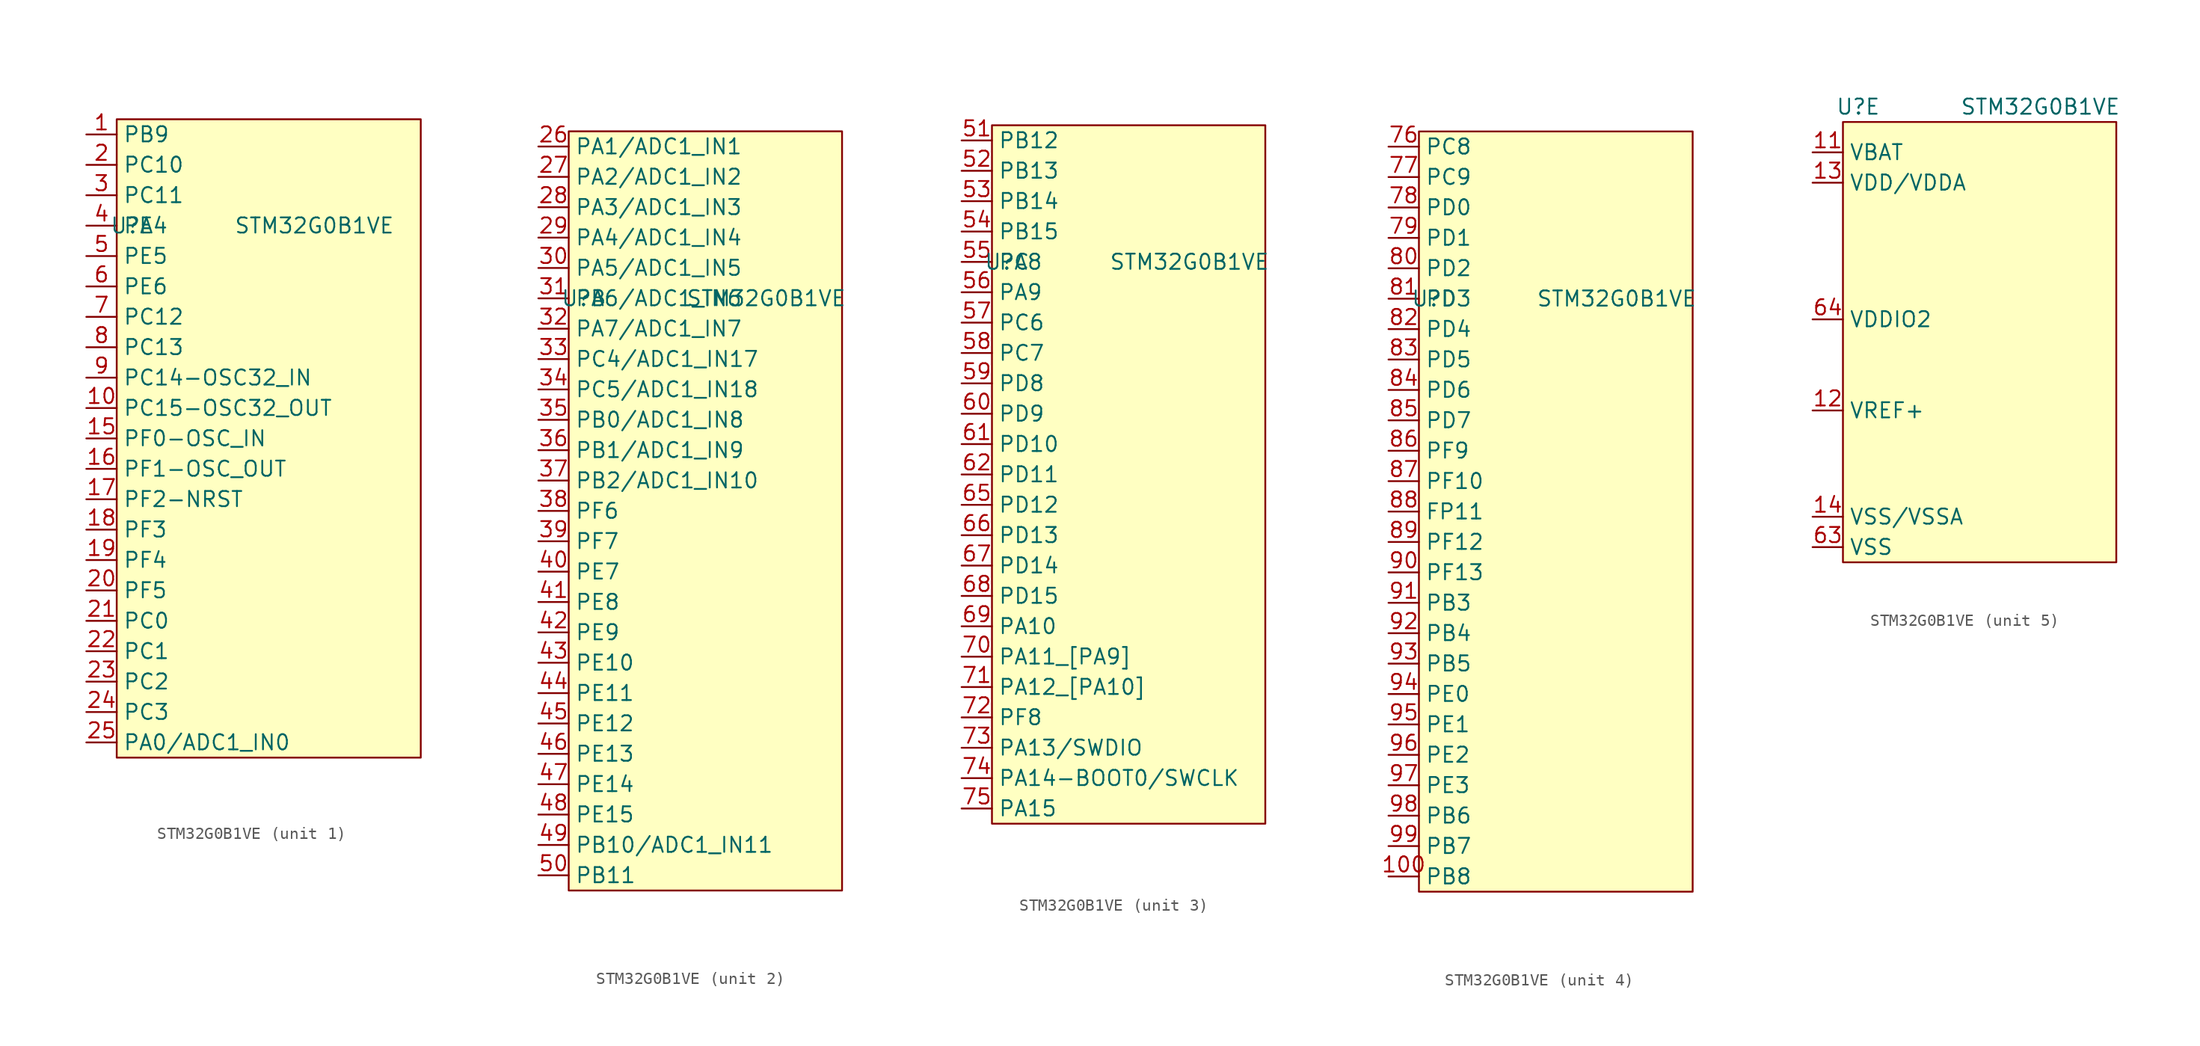
<source format=kicad_sym>
(kicad_symbol_lib
  (version 20231120)
  (generator "kicad_symbol_editor")
  (generator_version "8.0")
  (symbol "STM32G0B1VE"
    (property "Reference" "U"
      (at 1.27 17.78 0)
      (effects (font (size 1.27 1.27))))
    (property "Value" "STM32G0B1VE"
      (at 16.51 17.78 0)
      (effects (font (size 1.27 1.27))))
    (property "ki_locked" ""
      (at 0 0 0)
      (effects (font (size 1.27 1.27))))
    (symbol "STM32G0B1VE_1_0"
      (pin unspecified line (at -2.54 25.4 0) (length 2.54) (name "PB9" (effects (font (size 1.27 1.27)))) (number "1" (effects (font (size 1.27 1.27)))))
      (pin unspecified line (at -2.54 2.54 0) (length 2.54) (name "PC15-OSC32_OUT" (effects (font (size 1.27 1.27)))) (number "10" (effects (font (size 1.27 1.27)))))
      (pin unspecified line (at -2.54 0 0) (length 2.54) (name "PF0-OSC_IN" (effects (font (size 1.27 1.27)))) (number "15" (effects (font (size 1.27 1.27)))))
      (pin unspecified line (at -2.54 -2.54 0) (length 2.54) (name "PF1-OSC_OUT" (effects (font (size 1.27 1.27)))) (number "16" (effects (font (size 1.27 1.27)))))
      (pin unspecified line (at -2.54 -5.08 0) (length 2.54) (name "PF2-NRST" (effects (font (size 1.27 1.27)))) (number "17" (effects (font (size 1.27 1.27)))))
      (pin unspecified line (at -2.54 -7.62 0) (length 2.54) (name "PF3" (effects (font (size 1.27 1.27)))) (number "18" (effects (font (size 1.27 1.27)))))
      (pin unspecified line (at -2.54 -10.16 0) (length 2.54) (name "PF4" (effects (font (size 1.27 1.27)))) (number "19" (effects (font (size 1.27 1.27)))))
      (pin unspecified line (at -2.54 22.86 0) (length 2.54) (name "PC10" (effects (font (size 1.27 1.27)))) (number "2" (effects (font (size 1.27 1.27)))))
      (pin unspecified line (at -2.54 -12.7 0) (length 2.54) (name "PF5" (effects (font (size 1.27 1.27)))) (number "20" (effects (font (size 1.27 1.27)))))
      (pin unspecified line (at -2.54 -15.24 0) (length 2.54) (name "PC0" (effects (font (size 1.27 1.27)))) (number "21" (effects (font (size 1.27 1.27)))))
      (pin unspecified line (at -2.54 -17.78 0) (length 2.54) (name "PC1" (effects (font (size 1.27 1.27)))) (number "22" (effects (font (size 1.27 1.27)))))
      (pin unspecified line (at -2.54 -20.32 0) (length 2.54) (name "PC2" (effects (font (size 1.27 1.27)))) (number "23" (effects (font (size 1.27 1.27)))))
      (pin unspecified line (at -2.54 -22.86 0) (length 2.54) (name "PC3" (effects (font (size 1.27 1.27)))) (number "24" (effects (font (size 1.27 1.27)))))
      (pin unspecified line (at -2.54 -25.4 0) (length 2.54) (name "PA0/ADC1_IN0" (effects (font (size 1.27 1.27)))) (number "25" (effects (font (size 1.27 1.27)))))
      (pin unspecified line (at -2.54 20.32 0) (length 2.54) (name "PC11" (effects (font (size 1.27 1.27)))) (number "3" (effects (font (size 1.27 1.27)))))
      (pin unspecified line (at -2.54 17.78 0) (length 2.54) (name "PE4" (effects (font (size 1.27 1.27)))) (number "4" (effects (font (size 1.27 1.27)))))
      (pin unspecified line (at -2.54 15.24 0) (length 2.54) (name "PE5" (effects (font (size 1.27 1.27)))) (number "5" (effects (font (size 1.27 1.27)))))
      (pin unspecified line (at -2.54 12.7 0) (length 2.54) (name "PE6" (effects (font (size 1.27 1.27)))) (number "6" (effects (font (size 1.27 1.27)))))
      (pin unspecified line (at -2.54 10.16 0) (length 2.54) (name "PC12" (effects (font (size 1.27 1.27)))) (number "7" (effects (font (size 1.27 1.27)))))
      (pin unspecified line (at -2.54 7.62 0) (length 2.54) (name "PC13" (effects (font (size 1.27 1.27)))) (number "8" (effects (font (size 1.27 1.27)))))
      (pin unspecified line (at -2.54 5.08 0) (length 2.54) (name "PC14-OSC32_IN" (effects (font (size 1.27 1.27)))) (number "9" (effects (font (size 1.27 1.27))))))
    (symbol "STM32G0B1VE_1_1"
      (rectangle (start 0 26.67) (end 25.4 -26.67) (stroke (width 0) (type default)) (fill (type background))))
    (symbol "STM32G0B1VE_2_0"
      (pin unspecified line (at -2.54 30.48 0) (length 2.54) (name "PA1/ADC1_IN1" (effects (font (size 1.27 1.27)))) (number "26" (effects (font (size 1.27 1.27)))))
      (pin unspecified line (at -2.54 27.94 0) (length 2.54) (name "PA2/ADC1_IN2" (effects (font (size 1.27 1.27)))) (number "27" (effects (font (size 1.27 1.27)))))
      (pin unspecified line (at -2.54 25.4 0) (length 2.54) (name "PA3/ADC1_IN3" (effects (font (size 1.27 1.27)))) (number "28" (effects (font (size 1.27 1.27)))))
      (pin unspecified line (at -2.54 22.86 0) (length 2.54) (name "PA4/ADC1_IN4" (effects (font (size 1.27 1.27)))) (number "29" (effects (font (size 1.27 1.27)))))
      (pin unspecified line (at -2.54 20.32 0) (length 2.54) (name "PA5/ADC1_IN5" (effects (font (size 1.27 1.27)))) (number "30" (effects (font (size 1.27 1.27)))))
      (pin unspecified line (at -2.54 17.78 0) (length 2.54) (name "PA6/ADC1_IN6" (effects (font (size 1.27 1.27)))) (number "31" (effects (font (size 1.27 1.27)))))
      (pin unspecified line (at -2.54 15.24 0) (length 2.54) (name "PA7/ADC1_IN7" (effects (font (size 1.27 1.27)))) (number "32" (effects (font (size 1.27 1.27)))))
      (pin unspecified line (at -2.54 12.7 0) (length 2.54) (name "PC4/ADC1_IN17" (effects (font (size 1.27 1.27)))) (number "33" (effects (font (size 1.27 1.27)))))
      (pin unspecified line (at -2.54 10.16 0) (length 2.54) (name "PC5/ADC1_IN18" (effects (font (size 1.27 1.27)))) (number "34" (effects (font (size 1.27 1.27)))))
      (pin unspecified line (at -2.54 7.62 0) (length 2.54) (name "PB0/ADC1_IN8" (effects (font (size 1.27 1.27)))) (number "35" (effects (font (size 1.27 1.27)))))
      (pin unspecified line (at -2.54 5.08 0) (length 2.54) (name "PB1/ADC1_IN9" (effects (font (size 1.27 1.27)))) (number "36" (effects (font (size 1.27 1.27)))))
      (pin unspecified line (at -2.54 2.54 0) (length 2.54) (name "PB2/ADC1_IN10" (effects (font (size 1.27 1.27)))) (number "37" (effects (font (size 1.27 1.27)))))
      (pin unspecified line (at -2.54 0 0) (length 2.54) (name "PF6" (effects (font (size 1.27 1.27)))) (number "38" (effects (font (size 1.27 1.27)))))
      (pin unspecified line (at -2.54 -2.54 0) (length 2.54) (name "PF7" (effects (font (size 1.27 1.27)))) (number "39" (effects (font (size 1.27 1.27)))))
      (pin unspecified line (at -2.54 -5.08 0) (length 2.54) (name "PE7" (effects (font (size 1.27 1.27)))) (number "40" (effects (font (size 1.27 1.27)))))
      (pin unspecified line (at -2.54 -7.62 0) (length 2.54) (name "PE8" (effects (font (size 1.27 1.27)))) (number "41" (effects (font (size 1.27 1.27)))))
      (pin unspecified line (at -2.54 -10.16 0) (length 2.54) (name "PE9" (effects (font (size 1.27 1.27)))) (number "42" (effects (font (size 1.27 1.27)))))
      (pin unspecified line (at -2.54 -12.7 0) (length 2.54) (name "PE10" (effects (font (size 1.27 1.27)))) (number "43" (effects (font (size 1.27 1.27)))))
      (pin unspecified line (at -2.54 -15.24 0) (length 2.54) (name "PE11" (effects (font (size 1.27 1.27)))) (number "44" (effects (font (size 1.27 1.27)))))
      (pin unspecified line (at -2.54 -17.78 0) (length 2.54) (name "PE12" (effects (font (size 1.27 1.27)))) (number "45" (effects (font (size 1.27 1.27)))))
      (pin unspecified line (at -2.54 -20.32 0) (length 2.54) (name "PE13" (effects (font (size 1.27 1.27)))) (number "46" (effects (font (size 1.27 1.27)))))
      (pin unspecified line (at -2.54 -22.86 0) (length 2.54) (name "PE14" (effects (font (size 1.27 1.27)))) (number "47" (effects (font (size 1.27 1.27)))))
      (pin unspecified line (at -2.54 -25.4 0) (length 2.54) (name "PE15" (effects (font (size 1.27 1.27)))) (number "48" (effects (font (size 1.27 1.27)))))
      (pin unspecified line (at -2.54 -27.94 0) (length 2.54) (name "PB10/ADC1_IN11" (effects (font (size 1.27 1.27)))) (number "49" (effects (font (size 1.27 1.27)))))
      (pin unspecified line (at -2.54 -30.48 0) (length 2.54) (name "PB11" (effects (font (size 1.27 1.27)))) (number "50" (effects (font (size 1.27 1.27))))))
    (symbol "STM32G0B1VE_2_1"
      (rectangle (start 0 31.75) (end 22.86 -31.75) (stroke (width 0) (type default)) (fill (type background))))
    (symbol "STM32G0B1VE_3_0"
      (pin unspecified line (at -2.54 27.94 0) (length 2.54) (name "PB12" (effects (font (size 1.27 1.27)))) (number "51" (effects (font (size 1.27 1.27)))))
      (pin unspecified line (at -2.54 25.4 0) (length 2.54) (name "PB13" (effects (font (size 1.27 1.27)))) (number "52" (effects (font (size 1.27 1.27)))))
      (pin unspecified line (at -2.54 22.86 0) (length 2.54) (name "PB14" (effects (font (size 1.27 1.27)))) (number "53" (effects (font (size 1.27 1.27)))))
      (pin unspecified line (at -2.54 20.32 0) (length 2.54) (name "PB15" (effects (font (size 1.27 1.27)))) (number "54" (effects (font (size 1.27 1.27)))))
      (pin unspecified line (at -2.54 17.78 0) (length 2.54) (name "PA8" (effects (font (size 1.27 1.27)))) (number "55" (effects (font (size 1.27 1.27)))))
      (pin unspecified line (at -2.54 15.24 0) (length 2.54) (name "PA9" (effects (font (size 1.27 1.27)))) (number "56" (effects (font (size 1.27 1.27)))))
      (pin unspecified line (at -2.54 12.7 0) (length 2.54) (name "PC6" (effects (font (size 1.27 1.27)))) (number "57" (effects (font (size 1.27 1.27)))))
      (pin unspecified line (at -2.54 10.16 0) (length 2.54) (name "PC7" (effects (font (size 1.27 1.27)))) (number "58" (effects (font (size 1.27 1.27)))))
      (pin unspecified line (at -2.54 7.62 0) (length 2.54) (name "PD8" (effects (font (size 1.27 1.27)))) (number "59" (effects (font (size 1.27 1.27)))))
      (pin unspecified line (at -2.54 5.08 0) (length 2.54) (name "PD9" (effects (font (size 1.27 1.27)))) (number "60" (effects (font (size 1.27 1.27)))))
      (pin unspecified line (at -2.54 2.54 0) (length 2.54) (name "PD10" (effects (font (size 1.27 1.27)))) (number "61" (effects (font (size 1.27 1.27)))))
      (pin unspecified line (at -2.54 0 0) (length 2.54) (name "PD11" (effects (font (size 1.27 1.27)))) (number "62" (effects (font (size 1.27 1.27)))))
      (pin unspecified line (at -2.54 -2.54 0) (length 2.54) (name "PD12" (effects (font (size 1.27 1.27)))) (number "65" (effects (font (size 1.27 1.27)))))
      (pin unspecified line (at -2.54 -5.08 0) (length 2.54) (name "PD13" (effects (font (size 1.27 1.27)))) (number "66" (effects (font (size 1.27 1.27)))))
      (pin unspecified line (at -2.54 -7.62 0) (length 2.54) (name "PD14" (effects (font (size 1.27 1.27)))) (number "67" (effects (font (size 1.27 1.27)))))
      (pin unspecified line (at -2.54 -10.16 0) (length 2.54) (name "PD15" (effects (font (size 1.27 1.27)))) (number "68" (effects (font (size 1.27 1.27)))))
      (pin unspecified line (at -2.54 -12.7 0) (length 2.54) (name "PA10" (effects (font (size 1.27 1.27)))) (number "69" (effects (font (size 1.27 1.27)))))
      (pin unspecified line (at -2.54 -15.24 0) (length 2.54) (name "PA11_[PA9]" (effects (font (size 1.27 1.27)))) (number "70" (effects (font (size 1.27 1.27)))))
      (pin unspecified line (at -2.54 -17.78 0) (length 2.54) (name "PA12_[PA10]" (effects (font (size 1.27 1.27)))) (number "71" (effects (font (size 1.27 1.27)))))
      (pin unspecified line (at -2.54 -20.32 0) (length 2.54) (name "PF8" (effects (font (size 1.27 1.27)))) (number "72" (effects (font (size 1.27 1.27)))))
      (pin unspecified line (at -2.54 -22.86 0) (length 2.54) (name "PA13/SWDIO" (effects (font (size 1.27 1.27)))) (number "73" (effects (font (size 1.27 1.27)))))
      (pin unspecified line (at -2.54 -25.4 0) (length 2.54) (name "PA14-BOOT0/SWCLK" (effects (font (size 1.27 1.27)))) (number "74" (effects (font (size 1.27 1.27)))))
      (pin unspecified line (at -2.54 -27.94 0) (length 2.54) (name "PA15" (effects (font (size 1.27 1.27)))) (number "75" (effects (font (size 1.27 1.27))))))
    (symbol "STM32G0B1VE_3_1"
      (rectangle (start 0 29.21) (end 22.86 -29.21) (stroke (width 0) (type default)) (fill (type background))))
    (symbol "STM32G0B1VE_4_0"
      (pin unspecified line (at -2.54 -30.48 0) (length 2.54) (name "PB8" (effects (font (size 1.27 1.27)))) (number "100" (effects (font (size 1.27 1.27)))))
      (pin unspecified line (at -2.54 30.48 0) (length 2.54) (name "PC8" (effects (font (size 1.27 1.27)))) (number "76" (effects (font (size 1.27 1.27)))))
      (pin unspecified line (at -2.54 27.94 0) (length 2.54) (name "PC9" (effects (font (size 1.27 1.27)))) (number "77" (effects (font (size 1.27 1.27)))))
      (pin unspecified line (at -2.54 25.4 0) (length 2.54) (name "PD0" (effects (font (size 1.27 1.27)))) (number "78" (effects (font (size 1.27 1.27)))))
      (pin unspecified line (at -2.54 22.86 0) (length 2.54) (name "PD1" (effects (font (size 1.27 1.27)))) (number "79" (effects (font (size 1.27 1.27)))))
      (pin unspecified line (at -2.54 20.32 0) (length 2.54) (name "PD2" (effects (font (size 1.27 1.27)))) (number "80" (effects (font (size 1.27 1.27)))))
      (pin unspecified line (at -2.54 17.78 0) (length 2.54) (name "PD3" (effects (font (size 1.27 1.27)))) (number "81" (effects (font (size 1.27 1.27)))))
      (pin unspecified line (at -2.54 15.24 0) (length 2.54) (name "PD4" (effects (font (size 1.27 1.27)))) (number "82" (effects (font (size 1.27 1.27)))))
      (pin unspecified line (at -2.54 12.7 0) (length 2.54) (name "PD5" (effects (font (size 1.27 1.27)))) (number "83" (effects (font (size 1.27 1.27)))))
      (pin unspecified line (at -2.54 10.16 0) (length 2.54) (name "PD6" (effects (font (size 1.27 1.27)))) (number "84" (effects (font (size 1.27 1.27)))))
      (pin unspecified line (at -2.54 7.62 0) (length 2.54) (name "PD7" (effects (font (size 1.27 1.27)))) (number "85" (effects (font (size 1.27 1.27)))))
      (pin unspecified line (at -2.54 5.08 0) (length 2.54) (name "PF9" (effects (font (size 1.27 1.27)))) (number "86" (effects (font (size 1.27 1.27)))))
      (pin unspecified line (at -2.54 2.54 0) (length 2.54) (name "PF10" (effects (font (size 1.27 1.27)))) (number "87" (effects (font (size 1.27 1.27)))))
      (pin unspecified line (at -2.54 0 0) (length 2.54) (name "FP11" (effects (font (size 1.27 1.27)))) (number "88" (effects (font (size 1.27 1.27)))))
      (pin unspecified line (at -2.54 -2.54 0) (length 2.54) (name "PF12" (effects (font (size 1.27 1.27)))) (number "89" (effects (font (size 1.27 1.27)))))
      (pin unspecified line (at -2.54 -5.08 0) (length 2.54) (name "PF13" (effects (font (size 1.27 1.27)))) (number "90" (effects (font (size 1.27 1.27)))))
      (pin unspecified line (at -2.54 -7.62 0) (length 2.54) (name "PB3" (effects (font (size 1.27 1.27)))) (number "91" (effects (font (size 1.27 1.27)))))
      (pin unspecified line (at -2.54 -10.16 0) (length 2.54) (name "PB4" (effects (font (size 1.27 1.27)))) (number "92" (effects (font (size 1.27 1.27)))))
      (pin unspecified line (at -2.54 -12.7 0) (length 2.54) (name "PB5" (effects (font (size 1.27 1.27)))) (number "93" (effects (font (size 1.27 1.27)))))
      (pin unspecified line (at -2.54 -15.24 0) (length 2.54) (name "PE0" (effects (font (size 1.27 1.27)))) (number "94" (effects (font (size 1.27 1.27)))))
      (pin unspecified line (at -2.54 -17.78 0) (length 2.54) (name "PE1" (effects (font (size 1.27 1.27)))) (number "95" (effects (font (size 1.27 1.27)))))
      (pin unspecified line (at -2.54 -20.32 0) (length 2.54) (name "PE2" (effects (font (size 1.27 1.27)))) (number "96" (effects (font (size 1.27 1.27)))))
      (pin unspecified line (at -2.54 -22.86 0) (length 2.54) (name "PE3" (effects (font (size 1.27 1.27)))) (number "97" (effects (font (size 1.27 1.27)))))
      (pin unspecified line (at -2.54 -25.4 0) (length 2.54) (name "PB6" (effects (font (size 1.27 1.27)))) (number "98" (effects (font (size 1.27 1.27)))))
      (pin unspecified line (at -2.54 -27.94 0) (length 2.54) (name "PB7" (effects (font (size 1.27 1.27)))) (number "99" (effects (font (size 1.27 1.27))))))
    (symbol "STM32G0B1VE_4_1"
      (rectangle (start 0 31.75) (end 22.86 -31.75) (stroke (width 0) (type default)) (fill (type background))))
    (symbol "STM32G0B1VE_5_0"
      (pin unspecified line (at -2.54 13.97 0) (length 2.54) (name "VBAT" (effects (font (size 1.27 1.27)))) (number "11" (effects (font (size 1.27 1.27)))))
      (pin unspecified line (at -2.54 -7.62 0) (length 2.54) (name "VREF+" (effects (font (size 1.27 1.27)))) (number "12" (effects (font (size 1.27 1.27)))))
      (pin unspecified line (at -2.54 11.43 0) (length 2.54) (name "VDD/VDDA" (effects (font (size 1.27 1.27)))) (number "13" (effects (font (size 1.27 1.27)))))
      (pin unspecified line (at -2.54 -16.51 0) (length 2.54) (name "VSS/VSSA" (effects (font (size 1.27 1.27)))) (number "14" (effects (font (size 1.27 1.27)))))
      (pin unspecified line (at -2.54 -19.05 0) (length 2.54) (name "VSS" (effects (font (size 1.27 1.27)))) (number "63" (effects (font (size 1.27 1.27)))))
      (pin unspecified line (at -2.54 0 0) (length 2.54) (name "VDDIO2" (effects (font (size 1.27 1.27)))) (number "64" (effects (font (size 1.27 1.27))))))
    (symbol "STM32G0B1VE_5_1"
      (rectangle (start 0 16.51) (end 22.86 -20.32) (stroke (width 0) (type default)) (fill (type background))))))
</source>
